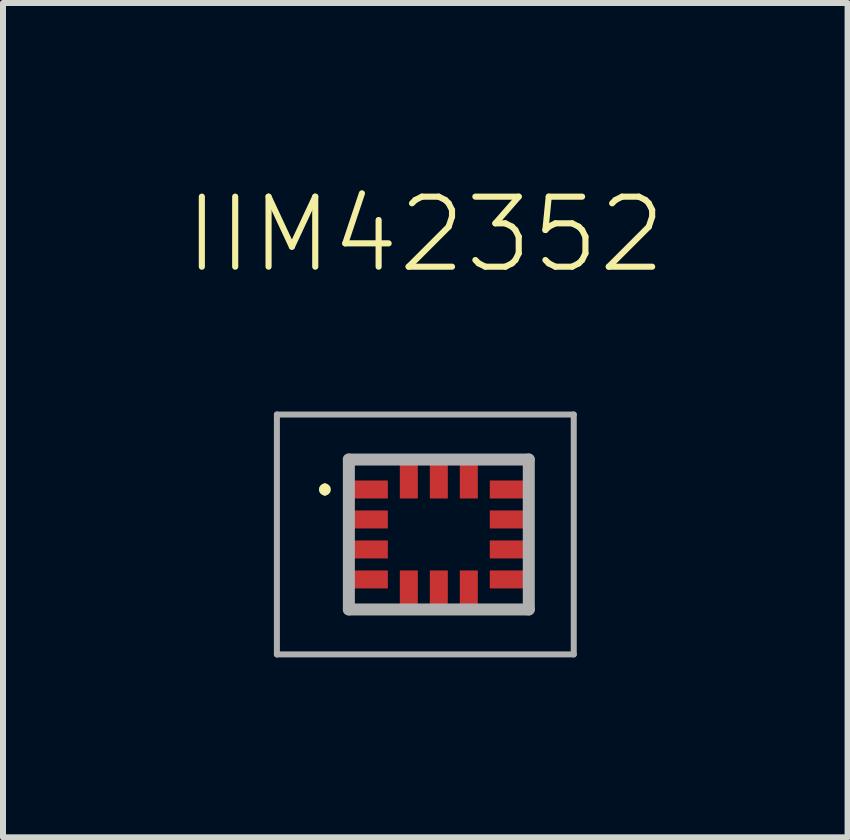
<source format=kicad_pcb>
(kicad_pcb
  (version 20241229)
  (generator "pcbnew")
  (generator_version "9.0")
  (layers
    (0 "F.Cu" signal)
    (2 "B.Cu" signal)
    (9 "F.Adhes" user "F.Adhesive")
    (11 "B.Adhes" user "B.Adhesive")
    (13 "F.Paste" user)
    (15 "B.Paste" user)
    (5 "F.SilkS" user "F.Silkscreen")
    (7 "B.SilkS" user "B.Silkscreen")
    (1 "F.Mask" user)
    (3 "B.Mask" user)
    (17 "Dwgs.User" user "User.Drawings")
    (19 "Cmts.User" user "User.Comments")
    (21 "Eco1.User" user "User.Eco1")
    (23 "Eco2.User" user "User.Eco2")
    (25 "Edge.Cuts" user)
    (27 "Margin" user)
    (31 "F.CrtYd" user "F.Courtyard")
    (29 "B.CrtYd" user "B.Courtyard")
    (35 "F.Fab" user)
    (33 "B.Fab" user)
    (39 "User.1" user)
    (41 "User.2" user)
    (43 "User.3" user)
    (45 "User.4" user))
  (footprint "IIM42352"
    (layer "F.Cu")
    (at 4.267 5.862)
    (property "Reference" "IIM42352" (at -0.225 -5 0) (unlocked yes) (layer "F.SilkS") (effects (font (size 1.168 1.168) (thickness 0.102))))
    (fp_line (start -1.9 -0.8) (end -1.9 -0.8) (stroke (width 0.1) (type solid)) (layer "F.SilkS"))
    (fp_line (start -1.9 -0.7) (end -1.9 -0.7) (stroke (width 0.1) (type solid)) (layer "F.SilkS"))
    (fp_line (start -1.5 -1.25) (end -0.8 -1.25) (stroke (width 0.1) (type solid)) (layer "F.SilkS"))
    (fp_line (start -1.5 -1) (end -1.5 -1.25) (stroke (width 0.1) (type solid)) (layer "F.SilkS"))
    (fp_line (start -1.5 1.1) (end -1.5 1.25) (stroke (width 0.1) (type solid)) (layer "F.SilkS"))
    (fp_line (start -1.5 1.25) (end -0.8 1.25) (stroke (width 0.1) (type solid)) (layer "F.SilkS"))
    (fp_line (start 0.8 -1.25) (end 1.5 -1.25) (stroke (width 0.1) (type solid)) (layer "F.SilkS"))
    (fp_line (start 0.8 1.25) (end 1.5 1.25) (stroke (width 0.1) (type solid)) (layer "F.SilkS"))
    (fp_line (start 1.5 -1.25) (end 1.5 -1) (stroke (width 0.1) (type solid)) (layer "F.SilkS"))
    (fp_line (start 1.5 1.25) (end 1.5 1) (stroke (width 0.1) (type solid)) (layer "F.SilkS"))
    (fp_arc (start -1.9 -0.8) (mid -1.85 -0.75) (end -1.9 -0.7) (stroke (width 0.1) (type solid)) (layer "F.SilkS"))
    (fp_arc (start -1.9 -0.7) (mid -1.95 -0.75) (end -1.9 -0.8) (stroke (width 0.1) (type solid)) (layer "F.SilkS"))
    (fp_line (start -2.7 -2) (end 2.25 -2) (stroke (width 0.1) (type solid)) (layer "F.Fab"))
    (fp_line (start -2.7 2) (end -2.7 -2) (stroke (width 0.1) (type solid)) (layer "F.Fab"))
    (fp_line (start -1.5 -1.25) (end 1.5 -1.25) (stroke (width 0.2) (type solid)) (layer "F.Fab"))
    (fp_line (start -1.5 1.25) (end -1.5 -1.25) (stroke (width 0.2) (type solid)) (layer "F.Fab"))
    (fp_line (start 1.5 -1.25) (end 1.5 1.25) (stroke (width 0.2) (type solid)) (layer "F.Fab"))
    (fp_line (start 1.5 1.25) (end -1.5 1.25) (stroke (width 0.2) (type solid)) (layer "F.Fab"))
    (fp_line (start 2.25 -2) (end 2.25 2) (stroke (width 0.1) (type solid)) (layer "F.Fab"))
    (fp_line (start 2.25 2) (end -2.7 2) (stroke (width 0.1) (type solid)) (layer "F.Fab"))
    (pad "1" smd rect (at -1.15 -0.75) (size 0.6 0.3) (layers "F.Cu" "F.Mask" "F.Paste"))
    (pad "2" smd rect (at -1.15 -0.25) (size 0.6 0.3) (layers "F.Cu" "F.Mask" "F.Paste"))
    (pad "3" smd rect (at -1.15 0.25) (size 0.6 0.3) (layers "F.Cu" "F.Mask" "F.Paste"))
    (pad "4" smd rect (at -1.15 0.75) (size 0.6 0.3) (layers "F.Cu" "F.Mask" "F.Paste"))
    (pad "5" smd rect (at -0.5 0.9 90) (size 0.6 0.3) (layers "F.Cu" "F.Mask" "F.Paste"))
    (pad "6" smd rect (at 0 0.9 90) (size 0.6 0.3) (layers "F.Cu" "F.Mask" "F.Paste"))
    (pad "7" smd rect (at 0.5 0.9 90) (size 0.6 0.3) (layers "F.Cu" "F.Mask" "F.Paste"))
    (pad "8" smd rect (at 1.15 0.75) (size 0.6 0.3) (layers "F.Cu" "F.Mask" "F.Paste"))
    (pad "9" smd rect (at 1.15 0.25) (size 0.6 0.3) (layers "F.Cu" "F.Mask" "F.Paste"))
    (pad "10" smd rect (at 1.15 -0.25) (size 0.6 0.3) (layers "F.Cu" "F.Mask" "F.Paste"))
    (pad "11" smd rect (at 1.15 -0.75) (size 0.6 0.3) (layers "F.Cu" "F.Mask" "F.Paste"))
    (pad "12" smd rect (at 0.5 -0.9 90) (size 0.6 0.3) (layers "F.Cu" "F.Mask" "F.Paste"))
    (pad "13" smd rect (at 0 -0.9 90) (size 0.6 0.3) (layers "F.Cu" "F.Mask" "F.Paste"))
    (pad "14" smd rect (at -0.5 -0.9 90) (size 0.6 0.3) (layers "F.Cu" "F.Mask" "F.Paste")))
  (gr_rect
    (start -3 -3)
    (end 11.083 10.912)
    (stroke (width 0.1) (type default))
    (fill no)
    (layer "Edge.Cuts")))
</source>
